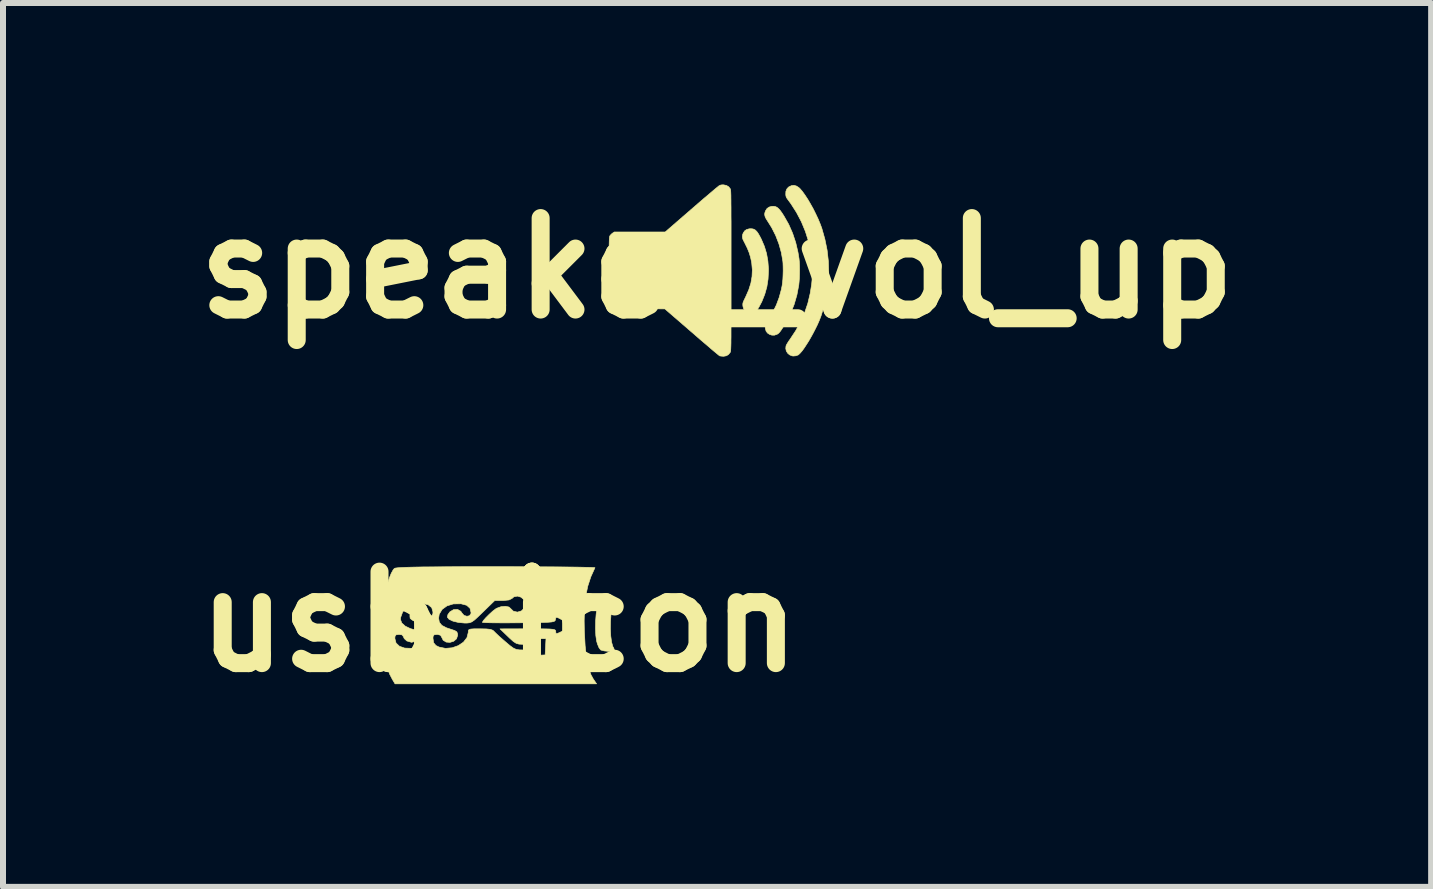
<source format=kicad_pcb>
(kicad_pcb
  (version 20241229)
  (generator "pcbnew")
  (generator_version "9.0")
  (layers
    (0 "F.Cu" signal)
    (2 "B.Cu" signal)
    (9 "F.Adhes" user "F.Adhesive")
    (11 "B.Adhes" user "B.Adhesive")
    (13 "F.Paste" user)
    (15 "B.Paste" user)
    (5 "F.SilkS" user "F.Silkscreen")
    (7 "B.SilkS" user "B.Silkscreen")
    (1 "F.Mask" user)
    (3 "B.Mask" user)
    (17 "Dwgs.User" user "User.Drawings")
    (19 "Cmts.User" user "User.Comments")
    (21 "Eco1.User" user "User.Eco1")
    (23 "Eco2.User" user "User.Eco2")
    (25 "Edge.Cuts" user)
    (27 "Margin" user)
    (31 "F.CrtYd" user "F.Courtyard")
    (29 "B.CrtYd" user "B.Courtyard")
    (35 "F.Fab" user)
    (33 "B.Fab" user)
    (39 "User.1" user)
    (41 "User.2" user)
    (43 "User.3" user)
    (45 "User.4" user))
  (footprint "usb_icon"
    (layer "F.Cu")
    (at 5.269 7.309)
    (property "Reference" "usb_icon" (at 0 0 0) (layer "F.SilkS") (effects (font (size 1.524 1.524) (thickness 0.3))))
    (attr through_hole)
    (fp_poly (pts (xy 1.876 -0.352) (xy 1.91 -0.345) (xy 1.915 -0.329) (xy 1.903 -0.302) (xy 1.879 -0.23) (xy 1.862 -0.129) (xy 1.853 -0.009) (xy 1.851 0.117) (xy 1.857 0.237) (xy 1.871 0.34) (xy 1.892 0.414) (xy 1.905 0.435) (xy 1.917 0.468) (xy 1.913 0.478) (xy 1.876 0.49) (xy 1.814 0.493) (xy 1.747 0.486) (xy 1.694 0.472) (xy 1.689 0.469) (xy 1.662 0.435) (xy 1.635 0.37) (xy 1.621 0.32) (xy 1.608 0.228) (xy 1.603 0.113) (xy 1.605 -0.011) (xy 1.614 -0.129) (xy 1.628 -0.227) (xy 1.646 -0.288) (xy 1.669 -0.326) (xy 1.701 -0.345) (xy 1.756 -0.352) (xy 1.804 -0.353) (xy 1.876 -0.352)) (stroke (width 0.01) (type solid)) (fill yes) (layer "F.SilkS"))
    (fp_poly (pts (xy 0.222 -0.917) (xy 0.481 -0.916) (xy 0.723 -0.915) (xy 0.943 -0.914) (xy 1.137 -0.912) (xy 1.301 -0.91) (xy 1.433 -0.907) (xy 1.528 -0.905) (xy 1.582 -0.902) (xy 1.594 -0.9) (xy 1.525 -0.748) (xy 1.474 -0.592) (xy 1.44 -0.424) (xy 1.42 -0.235) (xy 1.414 -0.015) (xy 1.417 0.153) (xy 1.43 0.397) (xy 1.452 0.599) (xy 1.485 0.76) (xy 1.528 0.885) (xy 1.565 0.952) (xy 1.621 1.035) (xy -1.737 1.035) (xy -1.783 0.958) (xy -1.828 0.871) (xy -1.862 0.767) (xy -1.888 0.639) (xy -1.906 0.479) (xy -1.918 0.283) (xy -1.918 0.279) (xy -1.74 0.279) (xy -1.72 0.355) (xy -1.663 0.409) (xy -1.577 0.439) (xy -1.467 0.443) (xy -1.36 0.423) (xy -1.269 0.378) (xy -1.198 0.306) (xy -1.184 0.276) (xy -1.105 0.276) (xy -1.094 0.35) (xy -1.056 0.396) (xy -1.003 0.422) (xy -0.896 0.444) (xy -0.785 0.434) (xy -0.683 0.398) (xy -0.597 0.34) (xy -0.539 0.265) (xy -0.517 0.179) (xy -0.517 0.179) (xy -0.516 0.149) (xy -0.505 0.131) (xy -0.475 0.122) (xy -0.416 0.118) (xy -0.32 0.118) (xy -0.216 0.12) (xy -0.149 0.127) (xy -0.108 0.142) (xy -0.091 0.157) (xy -0.059 0.189) (xy -0.002 0.243) (xy 0.071 0.307) (xy 0.101 0.333) (xy 0.179 0.399) (xy 0.236 0.44) (xy 0.283 0.461) (xy 0.333 0.469) (xy 0.377 0.47) (xy 0.447 0.473) (xy 0.482 0.483) (xy 0.493 0.507) (xy 0.494 0.519) (xy 0.498 0.546) (xy 0.519 0.559) (xy 0.567 0.562) (xy 0.629 0.56) (xy 0.764 0.553) (xy 0.771 0.417) (xy 0.778 0.282) (xy 0.636 0.282) (xy 0.557 0.284) (xy 0.514 0.291) (xy 0.497 0.308) (xy 0.494 0.329) (xy 0.487 0.358) (xy 0.459 0.372) (xy 0.397 0.376) (xy 0.386 0.376) (xy 0.328 0.373) (xy 0.282 0.36) (xy 0.234 0.329) (xy 0.172 0.273) (xy 0.145 0.247) (xy 0.012 0.119) (xy 0.476 0.118) (xy 0.635 0.118) (xy 0.753 0.119) (xy 0.835 0.121) (xy 0.89 0.126) (xy 0.921 0.133) (xy 0.936 0.143) (xy 0.94 0.157) (xy 0.941 0.165) (xy 0.943 0.191) (xy 0.957 0.198) (xy 0.993 0.185) (xy 1.057 0.154) (xy 1.123 0.118) (xy 1.17 0.088) (xy 1.185 0.075) (xy 1.173 0.054) (xy 1.129 0.019) (xy 1.07 -0.017) (xy 1.001 -0.056) (xy 0.962 -0.073) (xy 0.944 -0.07) (xy 0.937 -0.047) (xy 0.936 -0.039) (xy 0.933 -0.024) (xy 0.924 -0.012) (xy 0.905 -0.003) (xy 0.87 0.004) (xy 0.813 0.009) (xy 0.73 0.012) (xy 0.614 0.015) (xy 0.46 0.017) (xy 0.323 0.018) (xy 0.16 0.019) (xy 0.014 0.019) (xy -0.11 0.018) (xy -0.205 0.016) (xy -0.264 0.013) (xy -0.282 0.01) (xy -0.266 -0.019) (xy -0.224 -0.067) (xy -0.169 -0.122) (xy -0.11 -0.176) (xy -0.059 -0.215) (xy -0.042 -0.225) (xy 0.03 -0.251) (xy 0.103 -0.257) (xy 0.161 -0.245) (xy 0.181 -0.227) (xy 0.234 -0.176) (xy 0.302 -0.16) (xy 0.369 -0.18) (xy 0.421 -0.233) (xy 0.427 -0.245) (xy 0.436 -0.31) (xy 0.411 -0.367) (xy 0.362 -0.409) (xy 0.303 -0.427) (xy 0.243 -0.415) (xy 0.212 -0.388) (xy 0.162 -0.363) (xy 0.068 -0.353) (xy 0.053 -0.353) (xy -0.076 -0.353) (xy -0.269 -0.165) (xy -0.353 -0.084) (xy -0.412 -0.03) (xy -0.457 0.002) (xy -0.496 0.017) (xy -0.538 0.022) (xy -0.578 0.022) (xy -0.682 0.012) (xy -0.772 -0.01) (xy -0.837 -0.041) (xy -0.866 -0.077) (xy -0.866 -0.077) (xy -0.856 -0.12) (xy -0.823 -0.165) (xy -0.761 -0.202) (xy -0.695 -0.205) (xy -0.641 -0.174) (xy -0.624 -0.147) (xy -0.588 -0.106) (xy -0.54 -0.091) (xy -0.496 -0.1) (xy -0.472 -0.136) (xy -0.47 -0.148) (xy -0.488 -0.224) (xy -0.543 -0.274) (xy -0.637 -0.299) (xy -0.64 -0.299) (xy -0.766 -0.297) (xy -0.872 -0.264) (xy -0.953 -0.205) (xy -1.001 -0.125) (xy -1.011 -0.059) (xy -0.999 0.009) (xy -0.957 0.061) (xy -0.878 0.102) (xy -0.811 0.124) (xy -0.742 0.147) (xy -0.707 0.169) (xy -0.695 0.202) (xy -0.694 0.226) (xy -0.713 0.285) (xy -0.76 0.325) (xy -0.822 0.344) (xy -0.885 0.339) (xy -0.935 0.308) (xy -0.955 0.268) (xy -0.979 0.225) (xy -1.029 0.212) (xy -1.037 0.212) (xy -1.086 0.218) (xy -1.104 0.247) (xy -1.105 0.276) (xy -1.184 0.276) (xy -1.158 0.22) (xy -1.152 0.177) (xy -1.163 0.117) (xy -1.2 0.071) (xy -1.27 0.033) (xy -1.368 0.001) (xy -1.447 -0.025) (xy -1.485 -0.056) (xy -1.49 -0.1) (xy -1.48 -0.135) (xy -1.442 -0.182) (xy -1.383 -0.205) (xy -1.319 -0.205) (xy -1.265 -0.18) (xy -1.239 -0.14) (xy -1.208 -0.102) (xy -1.166 -0.094) (xy -1.123 -0.101) (xy -1.107 -0.133) (xy -1.105 -0.163) (xy -1.126 -0.235) (xy -1.185 -0.283) (xy -1.279 -0.305) (xy -1.313 -0.306) (xy -1.437 -0.288) (xy -1.538 -0.24) (xy -1.609 -0.166) (xy -1.644 -0.07) (xy -1.646 -0.036) (xy -1.625 0.021) (xy -1.566 0.074) (xy -1.48 0.115) (xy -1.418 0.132) (xy -1.339 0.158) (xy -1.306 0.199) (xy -1.316 0.254) (xy -1.325 0.267) (xy -1.385 0.324) (xy -1.462 0.343) (xy -1.538 0.321) (xy -1.543 0.318) (xy -1.584 0.28) (xy -1.599 0.246) (xy -1.62 0.219) (xy -1.67 0.212) (xy -1.72 0.218) (xy -1.738 0.245) (xy -1.74 0.279) (xy -1.918 0.279) (xy -1.922 0.197) (xy -1.925 -0.06) (xy -1.917 -0.277) (xy -1.897 -0.464) (xy -1.864 -0.626) (xy -1.832 -0.729) (xy -1.801 -0.805) (xy -1.768 -0.865) (xy -1.748 -0.888) (xy -1.73 -0.894) (xy -1.691 -0.899) (xy -1.629 -0.903) (xy -1.541 -0.907) (xy -1.425 -0.91) (xy -1.277 -0.913) (xy -1.095 -0.914) (xy -0.876 -0.916) (xy -0.618 -0.917) (xy -0.317 -0.917) (xy -0.052 -0.917) (xy 0.222 -0.917)) (stroke (width 0.01) (type solid)) (fill yes) (layer "F.SilkS")))
  (footprint "speaker_vol_up"
    (layer "F.Cu")
    (at 8.897 1.418)
    (property "Reference" "speaker_vol_up" (at 0 0 0) (layer "F.SilkS") (effects (font (size 1.524 1.524) (thickness 0.3))))
    (attr through_hole)
    (fp_poly (pts (xy 0.584 -0.656) (xy 0.613 -0.649) (xy 0.639 -0.634) (xy 0.664 -0.609) (xy 0.689 -0.573) (xy 0.716 -0.525) (xy 0.739 -0.48) (xy 0.789 -0.363) (xy 0.825 -0.244) (xy 0.847 -0.12) (xy 0.857 0.01) (xy 0.857 0.046) (xy 0.85 0.183) (xy 0.83 0.312) (xy 0.795 0.436) (xy 0.746 0.558) (xy 0.699 0.647) (xy 0.679 0.68) (xy 0.663 0.702) (xy 0.647 0.717) (xy 0.627 0.728) (xy 0.627 0.728) (xy 0.582 0.743) (xy 0.538 0.743) (xy 0.497 0.728) (xy 0.463 0.703) (xy 0.442 0.673) (xy 0.431 0.633) (xy 0.43 0.623) (xy 0.429 0.605) (xy 0.43 0.589) (xy 0.434 0.572) (xy 0.442 0.551) (xy 0.455 0.523) (xy 0.474 0.485) (xy 0.479 0.474) (xy 0.529 0.36) (xy 0.564 0.249) (xy 0.583 0.139) (xy 0.588 0.028) (xy 0.578 -0.084) (xy 0.575 -0.104) (xy 0.558 -0.182) (xy 0.535 -0.258) (xy 0.504 -0.334) (xy 0.464 -0.415) (xy 0.449 -0.444) (xy 0.429 -0.485) (xy 0.422 -0.521) (xy 0.425 -0.555) (xy 0.436 -0.584) (xy 0.459 -0.62) (xy 0.491 -0.643) (xy 0.533 -0.655) (xy 0.551 -0.657) (xy 0.584 -0.656)) (stroke (width 0.01) (type solid)) (fill yes) (layer "F.SilkS"))
    (fp_poly (pts (xy 0.975 -1.025) (xy 1 -1.013) (xy 1.025 -0.992) (xy 1.052 -0.962) (xy 1.083 -0.919) (xy 1.115 -0.869) (xy 1.194 -0.73) (xy 1.259 -0.582) (xy 1.311 -0.426) (xy 1.349 -0.263) (xy 1.366 -0.159) (xy 1.371 -0.108) (xy 1.374 -0.046) (xy 1.375 0.023) (xy 1.374 0.095) (xy 1.372 0.166) (xy 1.367 0.23) (xy 1.362 0.281) (xy 1.331 0.445) (xy 1.285 0.604) (xy 1.224 0.757) (xy 1.149 0.904) (xy 1.092 0.996) (xy 1.067 1.034) (xy 1.047 1.061) (xy 1.03 1.08) (xy 1.015 1.093) (xy 0.999 1.102) (xy 0.999 1.102) (xy 0.955 1.117) (xy 0.913 1.116) (xy 0.876 1.104) (xy 0.841 1.081) (xy 0.817 1.049) (xy 0.805 1.006) (xy 0.803 0.989) (xy 0.802 0.969) (xy 0.803 0.953) (xy 0.807 0.938) (xy 0.815 0.92) (xy 0.829 0.896) (xy 0.85 0.864) (xy 0.857 0.853) (xy 0.93 0.732) (xy 0.989 0.612) (xy 1.035 0.489) (xy 1.07 0.361) (xy 1.084 0.293) (xy 1.091 0.243) (xy 1.097 0.182) (xy 1.1 0.114) (xy 1.102 0.044) (xy 1.101 -0.023) (xy 1.099 -0.084) (xy 1.096 -0.117) (xy 1.071 -0.261) (xy 1.031 -0.404) (xy 0.978 -0.542) (xy 0.911 -0.675) (xy 0.849 -0.774) (xy 0.82 -0.819) (xy 0.802 -0.855) (xy 0.794 -0.887) (xy 0.795 -0.917) (xy 0.805 -0.948) (xy 0.809 -0.957) (xy 0.833 -0.994) (xy 0.868 -1.018) (xy 0.912 -1.03) (xy 0.916 -1.03) (xy 0.947 -1.031) (xy 0.975 -1.025)) (stroke (width 0.01) (type solid)) (fill yes) (layer "F.SilkS"))
    (fp_poly (pts (xy 1.324 -1.368) (xy 1.364 -1.342) (xy 1.383 -1.324) (xy 1.423 -1.277) (xy 1.466 -1.217) (xy 1.512 -1.147) (xy 1.557 -1.07) (xy 1.603 -0.988) (xy 1.645 -0.903) (xy 1.685 -0.818) (xy 1.719 -0.736) (xy 1.746 -0.663) (xy 1.797 -0.482) (xy 1.834 -0.3) (xy 1.855 -0.115) (xy 1.861 0.07) (xy 1.852 0.254) (xy 1.828 0.437) (xy 1.788 0.618) (xy 1.733 0.795) (xy 1.726 0.814) (xy 1.702 0.875) (xy 1.673 0.941) (xy 1.639 1.01) (xy 1.603 1.08) (xy 1.565 1.149) (xy 1.527 1.215) (xy 1.488 1.276) (xy 1.452 1.331) (xy 1.418 1.378) (xy 1.387 1.414) (xy 1.361 1.439) (xy 1.352 1.446) (xy 1.313 1.46) (xy 1.27 1.464) (xy 1.248 1.461) (xy 1.208 1.444) (xy 1.176 1.416) (xy 1.154 1.38) (xy 1.145 1.339) (xy 1.149 1.296) (xy 1.15 1.294) (xy 1.158 1.275) (xy 1.174 1.248) (xy 1.194 1.216) (xy 1.213 1.19) (xy 1.31 1.043) (xy 1.392 0.895) (xy 1.46 0.742) (xy 1.513 0.585) (xy 1.552 0.42) (xy 1.576 0.27) (xy 1.583 0.197) (xy 1.586 0.113) (xy 1.586 0.025) (xy 1.584 -0.065) (xy 1.578 -0.151) (xy 1.57 -0.228) (xy 1.564 -0.269) (xy 1.525 -0.444) (xy 1.472 -0.612) (xy 1.405 -0.774) (xy 1.324 -0.928) (xy 1.23 -1.075) (xy 1.192 -1.126) (xy 1.171 -1.155) (xy 1.157 -1.176) (xy 1.15 -1.194) (xy 1.146 -1.214) (xy 1.145 -1.233) (xy 1.147 -1.28) (xy 1.162 -1.318) (xy 1.188 -1.348) (xy 1.198 -1.355) (xy 1.24 -1.375) (xy 1.282 -1.38) (xy 1.324 -1.368)) (stroke (width 0.01) (type solid)) (fill yes) (layer "F.SilkS"))
    (fp_poly (pts (xy 0.11 -1.388) (xy 0.157 -1.378) (xy 0.194 -1.356) (xy 0.22 -1.323) (xy 0.222 -1.319) (xy 0.224 -1.314) (xy 0.225 -1.306) (xy 0.227 -1.295) (xy 0.228 -1.281) (xy 0.229 -1.262) (xy 0.23 -1.238) (xy 0.231 -1.208) (xy 0.231 -1.172) (xy 0.232 -1.129) (xy 0.232 -1.077) (xy 0.233 -1.017) (xy 0.233 -0.947) (xy 0.233 -0.867) (xy 0.234 -0.777) (xy 0.234 -0.675) (xy 0.234 -0.56) (xy 0.234 -0.433) (xy 0.234 -0.291) (xy 0.234 -0.136) (xy 0.234 0.035) (xy 0.234 0.04) (xy 0.234 0.21) (xy 0.234 0.366) (xy 0.234 0.507) (xy 0.234 0.634) (xy 0.234 0.749) (xy 0.234 0.851) (xy 0.234 0.941) (xy 0.233 1.021) (xy 0.233 1.091) (xy 0.233 1.151) (xy 0.232 1.202) (xy 0.232 1.246) (xy 0.231 1.282) (xy 0.23 1.312) (xy 0.229 1.336) (xy 0.228 1.355) (xy 0.227 1.37) (xy 0.226 1.381) (xy 0.224 1.389) (xy 0.223 1.395) (xy 0.221 1.4) (xy 0.219 1.403) (xy 0.218 1.405) (xy 0.19 1.439) (xy 0.155 1.46) (xy 0.111 1.468) (xy 0.104 1.468) (xy 0.076 1.466) (xy 0.052 1.463) (xy 0.043 1.461) (xy 0.034 1.454) (xy 0.015 1.439) (xy -0.015 1.414) (xy -0.054 1.382) (xy -0.101 1.342) (xy -0.154 1.296) (xy -0.214 1.245) (xy -0.28 1.189) (xy -0.349 1.129) (xy -0.421 1.066) (xy -0.422 1.066) (xy -0.869 0.679) (xy -1.72 0.671) (xy -1.748 0.649) (xy -1.758 0.642) (xy -1.767 0.635) (xy -1.775 0.627) (xy -1.781 0.618) (xy -1.786 0.606) (xy -1.791 0.591) (xy -1.794 0.57) (xy -1.797 0.543) (xy -1.799 0.509) (xy -1.8 0.466) (xy -1.801 0.414) (xy -1.801 0.351) (xy -1.801 0.277) (xy -1.801 0.189) (xy -1.8 0.087) (xy -1.8 0.025) (xy -1.8 -0.082) (xy -1.799 -0.173) (xy -1.799 -0.252) (xy -1.798 -0.317) (xy -1.798 -0.372) (xy -1.797 -0.416) (xy -1.796 -0.451) (xy -1.795 -0.479) (xy -1.794 -0.5) (xy -1.792 -0.515) (xy -1.79 -0.526) (xy -1.788 -0.534) (xy -1.785 -0.539) (xy -1.782 -0.544) (xy -1.781 -0.545) (xy -1.763 -0.565) (xy -1.741 -0.584) (xy -1.738 -0.585) (xy -1.712 -0.603) (xy -0.864 -0.603) (xy -0.429 -0.98) (xy -0.357 -1.042) (xy -0.288 -1.102) (xy -0.223 -1.158) (xy -0.162 -1.209) (xy -0.108 -1.255) (xy -0.061 -1.295) (xy -0.022 -1.328) (xy 0.008 -1.352) (xy 0.027 -1.368) (xy 0.036 -1.374) (xy 0.058 -1.384) (xy 0.081 -1.388) (xy 0.11 -1.388)) (stroke (width 0.01) (type solid)) (fill yes) (layer "F.SilkS")))
  (gr_rect
    (start -3 -3)
    (end 20.795 11.727)
    (stroke (width 0.1) (type default))
    (fill no)
    (layer "Edge.Cuts")))
</source>
